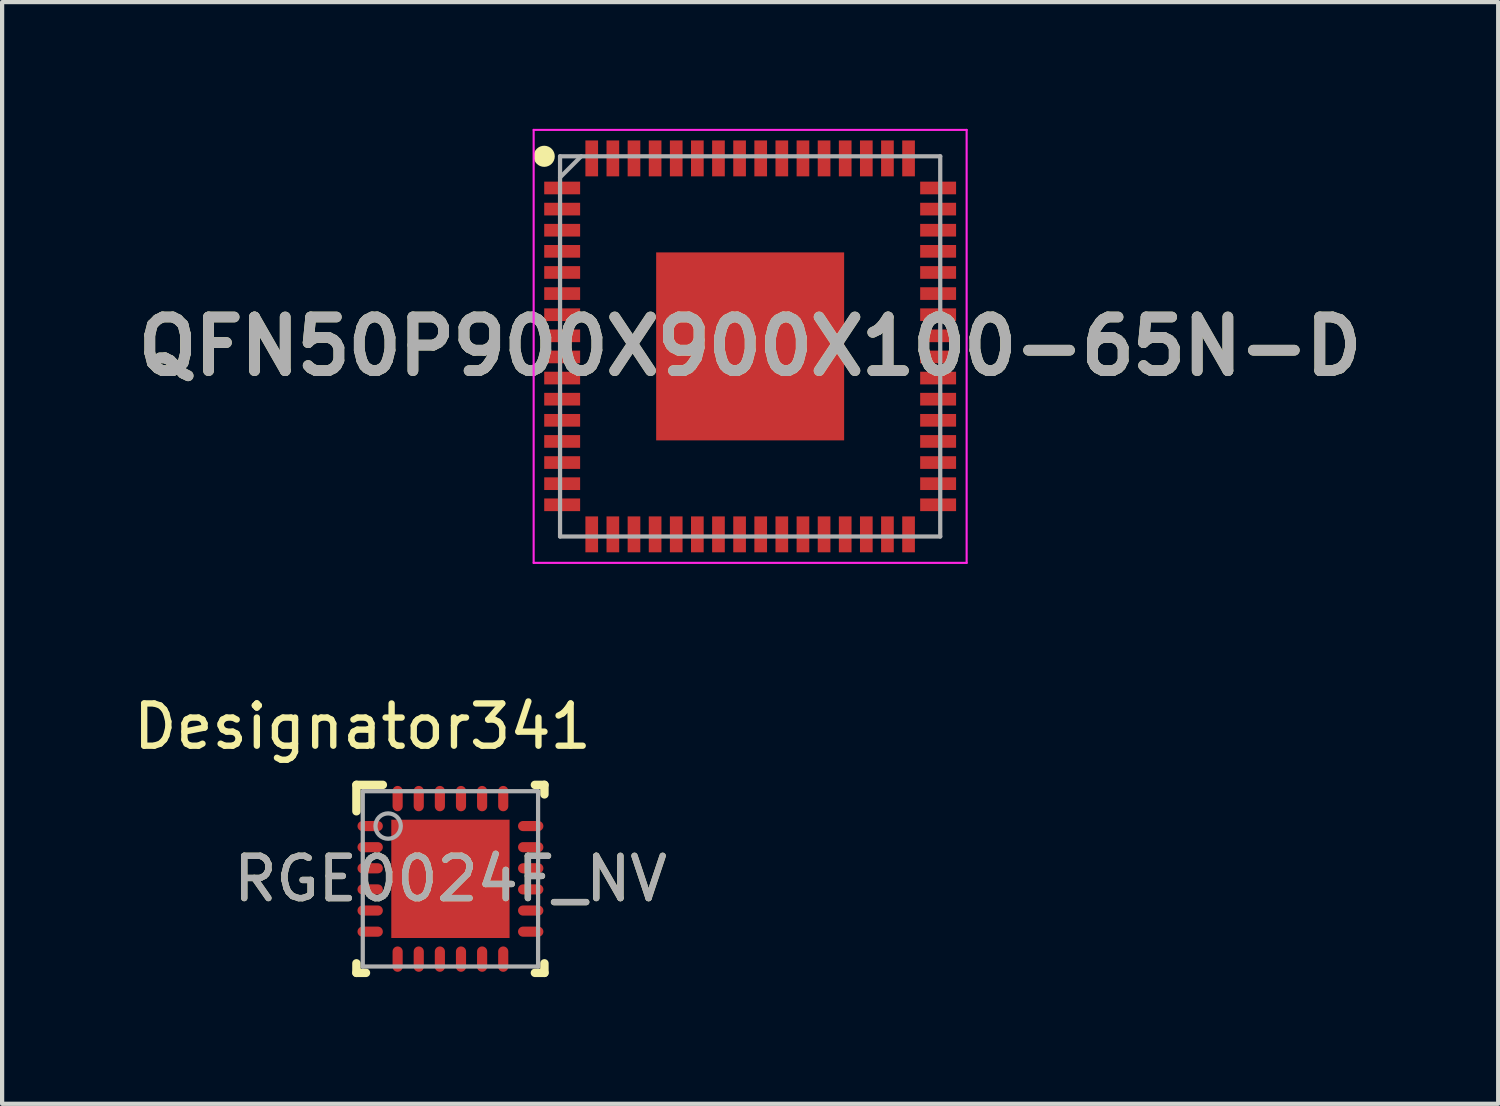
<source format=kicad_pcb>
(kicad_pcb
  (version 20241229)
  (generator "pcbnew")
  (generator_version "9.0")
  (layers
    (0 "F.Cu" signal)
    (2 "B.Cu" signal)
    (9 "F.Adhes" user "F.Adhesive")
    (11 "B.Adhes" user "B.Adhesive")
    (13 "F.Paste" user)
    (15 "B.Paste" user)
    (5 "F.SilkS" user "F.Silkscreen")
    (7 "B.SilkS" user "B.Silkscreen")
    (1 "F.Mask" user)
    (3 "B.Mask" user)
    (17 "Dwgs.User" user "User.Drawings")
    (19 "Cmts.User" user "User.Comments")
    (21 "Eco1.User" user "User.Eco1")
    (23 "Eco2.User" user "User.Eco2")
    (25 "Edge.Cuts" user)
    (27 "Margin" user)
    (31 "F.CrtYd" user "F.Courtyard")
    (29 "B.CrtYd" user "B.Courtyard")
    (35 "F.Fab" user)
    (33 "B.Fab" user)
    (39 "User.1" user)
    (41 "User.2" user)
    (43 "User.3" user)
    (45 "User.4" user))
  (footprint "QFN50P900X900X100-65N-D"
    (layer "F.Cu")
    (at 14.708 5.15)
    (property "Reference" "QFN50P900X900X100-65N-D" (at 0 0 0) (layer "F.SilkS") (effects (font (size 1.27 1.27) (thickness 0.254))))
    (attr smd)
    (fp_circle (center -4.875 -4.5) (end -4.875 -4.375) (stroke (width 0.25) (type solid)) (fill no) (layer "F.SilkS"))
    (fp_line (start -5.125 -5.125) (end 5.125 -5.125) (stroke (width 0.05) (type solid)) (layer "F.CrtYd"))
    (fp_line (start -5.125 5.125) (end -5.125 -5.125) (stroke (width 0.05) (type solid)) (layer "F.CrtYd"))
    (fp_line (start 5.125 -5.125) (end 5.125 5.125) (stroke (width 0.05) (type solid)) (layer "F.CrtYd"))
    (fp_line (start 5.125 5.125) (end -5.125 5.125) (stroke (width 0.05) (type solid)) (layer "F.CrtYd"))
    (fp_line (start -4.5 -4.5) (end 4.5 -4.5) (stroke (width 0.1) (type solid)) (layer "F.Fab"))
    (fp_line (start -4.5 -4) (end -4 -4.5) (stroke (width 0.1) (type solid)) (layer "F.Fab"))
    (fp_line (start -4.5 4.5) (end -4.5 -4.5) (stroke (width 0.1) (type solid)) (layer "F.Fab"))
    (fp_line (start 4.5 -4.5) (end 4.5 4.5) (stroke (width 0.1) (type solid)) (layer "F.Fab"))
    (fp_line (start 4.5 4.5) (end -4.5 4.5) (stroke (width 0.1) (type solid)) (layer "F.Fab"))
    (fp_text user "${REFERENCE}" (at 0 0 0) (layer "F.Fab") (effects (font (size 1.27 1.27) (thickness 0.254))))
    (pad "1" smd rect (at -4.45 -3.75 90) (size 0.3 0.85) (layers "F.Cu" "F.Mask" "F.Paste"))
    (pad "2" smd rect (at -4.45 -3.25 90) (size 0.3 0.85) (layers "F.Cu" "F.Mask" "F.Paste"))
    (pad "3" smd rect (at -4.45 -2.75 90) (size 0.3 0.85) (layers "F.Cu" "F.Mask" "F.Paste"))
    (pad "4" smd rect (at -4.45 -2.25 90) (size 0.3 0.85) (layers "F.Cu" "F.Mask" "F.Paste"))
    (pad "5" smd rect (at -4.45 -1.75 90) (size 0.3 0.85) (layers "F.Cu" "F.Mask" "F.Paste"))
    (pad "6" smd rect (at -4.45 -1.25 90) (size 0.3 0.85) (layers "F.Cu" "F.Mask" "F.Paste"))
    (pad "7" smd rect (at -4.45 -0.75 90) (size 0.3 0.85) (layers "F.Cu" "F.Mask" "F.Paste"))
    (pad "8" smd rect (at -4.45 -0.25 90) (size 0.3 0.85) (layers "F.Cu" "F.Mask" "F.Paste"))
    (pad "9" smd rect (at -4.45 0.25 90) (size 0.3 0.85) (layers "F.Cu" "F.Mask" "F.Paste"))
    (pad "10" smd rect (at -4.45 0.75 90) (size 0.3 0.85) (layers "F.Cu" "F.Mask" "F.Paste"))
    (pad "11" smd rect (at -4.45 1.25 90) (size 0.3 0.85) (layers "F.Cu" "F.Mask" "F.Paste"))
    (pad "12" smd rect (at -4.45 1.75 90) (size 0.3 0.85) (layers "F.Cu" "F.Mask" "F.Paste"))
    (pad "13" smd rect (at -4.45 2.25 90) (size 0.3 0.85) (layers "F.Cu" "F.Mask" "F.Paste"))
    (pad "14" smd rect (at -4.45 2.75 90) (size 0.3 0.85) (layers "F.Cu" "F.Mask" "F.Paste"))
    (pad "15" smd rect (at -4.45 3.25 90) (size 0.3 0.85) (layers "F.Cu" "F.Mask" "F.Paste"))
    (pad "16" smd rect (at -4.45 3.75 90) (size 0.3 0.85) (layers "F.Cu" "F.Mask" "F.Paste"))
    (pad "17" smd rect (at -3.75 4.45) (size 0.3 0.85) (layers "F.Cu" "F.Mask" "F.Paste"))
    (pad "18" smd rect (at -3.25 4.45) (size 0.3 0.85) (layers "F.Cu" "F.Mask" "F.Paste"))
    (pad "19" smd rect (at -2.75 4.45) (size 0.3 0.85) (layers "F.Cu" "F.Mask" "F.Paste"))
    (pad "20" smd rect (at -2.25 4.45) (size 0.3 0.85) (layers "F.Cu" "F.Mask" "F.Paste"))
    (pad "21" smd rect (at -1.75 4.45) (size 0.3 0.85) (layers "F.Cu" "F.Mask" "F.Paste"))
    (pad "22" smd rect (at -1.25 4.45) (size 0.3 0.85) (layers "F.Cu" "F.Mask" "F.Paste"))
    (pad "23" smd rect (at -0.75 4.45) (size 0.3 0.85) (layers "F.Cu" "F.Mask" "F.Paste"))
    (pad "24" smd rect (at -0.25 4.45) (size 0.3 0.85) (layers "F.Cu" "F.Mask" "F.Paste"))
    (pad "25" smd rect (at 0.25 4.45) (size 0.3 0.85) (layers "F.Cu" "F.Mask" "F.Paste"))
    (pad "26" smd rect (at 0.75 4.45) (size 0.3 0.85) (layers "F.Cu" "F.Mask" "F.Paste"))
    (pad "27" smd rect (at 1.25 4.45) (size 0.3 0.85) (layers "F.Cu" "F.Mask" "F.Paste"))
    (pad "28" smd rect (at 1.75 4.45) (size 0.3 0.85) (layers "F.Cu" "F.Mask" "F.Paste"))
    (pad "29" smd rect (at 2.25 4.45) (size 0.3 0.85) (layers "F.Cu" "F.Mask" "F.Paste"))
    (pad "30" smd rect (at 2.75 4.45) (size 0.3 0.85) (layers "F.Cu" "F.Mask" "F.Paste"))
    (pad "31" smd rect (at 3.25 4.45) (size 0.3 0.85) (layers "F.Cu" "F.Mask" "F.Paste"))
    (pad "32" smd rect (at 3.75 4.45) (size 0.3 0.85) (layers "F.Cu" "F.Mask" "F.Paste"))
    (pad "33" smd rect (at 4.45 3.75 90) (size 0.3 0.85) (layers "F.Cu" "F.Mask" "F.Paste"))
    (pad "34" smd rect (at 4.45 3.25 90) (size 0.3 0.85) (layers "F.Cu" "F.Mask" "F.Paste"))
    (pad "35" smd rect (at 4.45 2.75 90) (size 0.3 0.85) (layers "F.Cu" "F.Mask" "F.Paste"))
    (pad "36" smd rect (at 4.45 2.25 90) (size 0.3 0.85) (layers "F.Cu" "F.Mask" "F.Paste"))
    (pad "37" smd rect (at 4.45 1.75 90) (size 0.3 0.85) (layers "F.Cu" "F.Mask" "F.Paste"))
    (pad "38" smd rect (at 4.45 1.25 90) (size 0.3 0.85) (layers "F.Cu" "F.Mask" "F.Paste"))
    (pad "39" smd rect (at 4.45 0.75 90) (size 0.3 0.85) (layers "F.Cu" "F.Mask" "F.Paste"))
    (pad "40" smd rect (at 4.45 0.25 90) (size 0.3 0.85) (layers "F.Cu" "F.Mask" "F.Paste"))
    (pad "41" smd rect (at 4.45 -0.25 90) (size 0.3 0.85) (layers "F.Cu" "F.Mask" "F.Paste"))
    (pad "42" smd rect (at 4.45 -0.75 90) (size 0.3 0.85) (layers "F.Cu" "F.Mask" "F.Paste"))
    (pad "43" smd rect (at 4.45 -1.25 90) (size 0.3 0.85) (layers "F.Cu" "F.Mask" "F.Paste"))
    (pad "44" smd rect (at 4.45 -1.75 90) (size 0.3 0.85) (layers "F.Cu" "F.Mask" "F.Paste"))
    (pad "45" smd rect (at 4.45 -2.25 90) (size 0.3 0.85) (layers "F.Cu" "F.Mask" "F.Paste"))
    (pad "46" smd rect (at 4.45 -2.75 90) (size 0.3 0.85) (layers "F.Cu" "F.Mask" "F.Paste"))
    (pad "47" smd rect (at 4.45 -3.25 90) (size 0.3 0.85) (layers "F.Cu" "F.Mask" "F.Paste"))
    (pad "48" smd rect (at 4.45 -3.75 90) (size 0.3 0.85) (layers "F.Cu" "F.Mask" "F.Paste"))
    (pad "49" smd rect (at 3.75 -4.45) (size 0.3 0.85) (layers "F.Cu" "F.Mask" "F.Paste"))
    (pad "50" smd rect (at 3.25 -4.45) (size 0.3 0.85) (layers "F.Cu" "F.Mask" "F.Paste"))
    (pad "51" smd rect (at 2.75 -4.45) (size 0.3 0.85) (layers "F.Cu" "F.Mask" "F.Paste"))
    (pad "52" smd rect (at 2.25 -4.45) (size 0.3 0.85) (layers "F.Cu" "F.Mask" "F.Paste"))
    (pad "53" smd rect (at 1.75 -4.45) (size 0.3 0.85) (layers "F.Cu" "F.Mask" "F.Paste"))
    (pad "54" smd rect (at 1.25 -4.45) (size 0.3 0.85) (layers "F.Cu" "F.Mask" "F.Paste"))
    (pad "55" smd rect (at 0.75 -4.45) (size 0.3 0.85) (layers "F.Cu" "F.Mask" "F.Paste"))
    (pad "56" smd rect (at 0.25 -4.45) (size 0.3 0.85) (layers "F.Cu" "F.Mask" "F.Paste"))
    (pad "57" smd rect (at -0.25 -4.45) (size 0.3 0.85) (layers "F.Cu" "F.Mask" "F.Paste"))
    (pad "58" smd rect (at -0.75 -4.45) (size 0.3 0.85) (layers "F.Cu" "F.Mask" "F.Paste"))
    (pad "59" smd rect (at -1.25 -4.45) (size 0.3 0.85) (layers "F.Cu" "F.Mask" "F.Paste"))
    (pad "60" smd rect (at -1.75 -4.45) (size 0.3 0.85) (layers "F.Cu" "F.Mask" "F.Paste"))
    (pad "61" smd rect (at -2.25 -4.45) (size 0.3 0.85) (layers "F.Cu" "F.Mask" "F.Paste"))
    (pad "62" smd rect (at -2.75 -4.45) (size 0.3 0.85) (layers "F.Cu" "F.Mask" "F.Paste"))
    (pad "63" smd rect (at -3.25 -4.45) (size 0.3 0.85) (layers "F.Cu" "F.Mask" "F.Paste"))
    (pad "64" smd rect (at -3.75 -4.45) (size 0.3 0.85) (layers "F.Cu" "F.Mask" "F.Paste"))
    (pad "65" smd rect (at 0 0) (size 4.45 4.45) (layers "F.Cu" "F.Mask" "F.Paste")))
  (footprint "RGE0024F_NV"
    (layer "F.Cu")
    (at 7.613 17.755)
    (property "Reference" "RGE0024F_NV" (at 0 0 0) (unlocked yes) (layer "F.SilkS") (effects (font (size 1 1) (thickness 0.15))))
    (attr smd)
    (fp_line (start -2.225 -2.225) (end -1.6 -2.225) (stroke (width 0.2) (type solid)) (layer "F.SilkS"))
    (fp_line (start -2.225 -1.6) (end -2.225 -2.225) (stroke (width 0.2) (type solid)) (layer "F.SilkS"))
    (fp_line (start -2.225 2.225) (end -2.225 2) (stroke (width 0.2) (type solid)) (layer "F.SilkS"))
    (fp_line (start -2.225 2.225) (end -2 2.225) (stroke (width 0.2) (type solid)) (layer "F.SilkS"))
    (fp_line (start 2 -2.225) (end 2.225 -2.225) (stroke (width 0.2) (type solid)) (layer "F.SilkS"))
    (fp_line (start 2 2.225) (end 2.225 2.225) (stroke (width 0.2) (type solid)) (layer "F.SilkS"))
    (fp_line (start 2.225 -2) (end 2.225 -2.225) (stroke (width 0.2) (type solid)) (layer "F.SilkS"))
    (fp_line (start 2.225 2.225) (end 2.225 2) (stroke (width 0.2) (type solid)) (layer "F.SilkS"))
    (fp_poly (pts (xy -0.1 -1.329) (xy -1.329 -1.329) (xy -1.329 -0.1) (xy -0.1 -0.1)) (stroke (width 0) (type solid)) (fill yes) (layer "F.Paste"))
    (fp_poly (pts (xy -0.1 0.1) (xy -1.329 0.1) (xy -1.329 1.329) (xy -0.1 1.329)) (stroke (width 0) (type solid)) (fill yes) (layer "F.Paste"))
    (fp_poly (pts (xy 0.1 -0.1) (xy 1.329 -0.1) (xy 1.329 -1.329) (xy 0.1 -1.329)) (stroke (width 0) (type solid)) (fill yes) (layer "F.Paste"))
    (fp_poly (pts (xy 0.1 1.329) (xy 1.329 1.329) (xy 1.329 0.1) (xy 0.1 0.1)) (stroke (width 0) (type solid)) (fill yes) (layer "F.Paste"))
    (fp_line (start -2.075 -2.075) (end 2.075 -2.075) (stroke (width 0.1) (type solid)) (layer "F.Fab"))
    (fp_line (start -2.075 2.075) (end -2.075 -2.075) (stroke (width 0.1) (type solid)) (layer "F.Fab"))
    (fp_line (start -2.075 2.075) (end 2.075 2.075) (stroke (width 0.1) (type solid)) (layer "F.Fab"))
    (fp_line (start 2.075 2.075) (end 2.075 -2.075) (stroke (width 0.1) (type solid)) (layer "F.Fab"))
    (fp_circle (center -1.475 -1.25) (end -1.175 -1.25) (stroke (width 0.1) (type solid)) (fill no) (layer "F.Fab"))
    (fp_text user "Designator341" (at -2.083 -3.607 0) (unlocked yes) (layer "F.SilkS") (effects (font (size 1 1) (thickness 0.15))))
    (fp_text user "${REFERENCE}" (at 0 0 0) (unlocked yes) (layer "F.Fab") (effects (font (size 1 1) (thickness 0.15))))
    (pad "1" smd oval (at -1.9 -1.25 90) (size 0.24 0.6) (layers "F.Cu" "F.Mask" "F.Paste"))
    (pad "2" smd oval (at -1.9 -0.75 90) (size 0.24 0.6) (layers "F.Cu" "F.Mask" "F.Paste"))
    (pad "3" smd oval (at -1.9 -0.25 90) (size 0.24 0.6) (layers "F.Cu" "F.Mask" "F.Paste"))
    (pad "4" smd oval (at -1.9 0.25 90) (size 0.24 0.6) (layers "F.Cu" "F.Mask" "F.Paste"))
    (pad "5" smd oval (at -1.9 0.75 90) (size 0.24 0.6) (layers "F.Cu" "F.Mask" "F.Paste"))
    (pad "6" smd oval (at -1.9 1.25 90) (size 0.24 0.6) (layers "F.Cu" "F.Mask" "F.Paste"))
    (pad "7" smd oval (at -1.25 1.9) (size 0.24 0.6) (layers "F.Cu" "F.Mask" "F.Paste"))
    (pad "8" smd oval (at -0.75 1.9) (size 0.24 0.6) (layers "F.Cu" "F.Mask" "F.Paste"))
    (pad "9" smd oval (at -0.25 1.9) (size 0.24 0.6) (layers "F.Cu" "F.Mask" "F.Paste"))
    (pad "10" smd oval (at 0.25 1.9) (size 0.24 0.6) (layers "F.Cu" "F.Mask" "F.Paste"))
    (pad "11" smd oval (at 0.75 1.9) (size 0.24 0.6) (layers "F.Cu" "F.Mask" "F.Paste"))
    (pad "12" smd oval (at 1.25 1.9) (size 0.24 0.6) (layers "F.Cu" "F.Mask" "F.Paste"))
    (pad "13" smd oval (at 1.9 1.25 90) (size 0.24 0.6) (layers "F.Cu" "F.Mask" "F.Paste"))
    (pad "14" smd oval (at 1.9 0.75 90) (size 0.24 0.6) (layers "F.Cu" "F.Mask" "F.Paste"))
    (pad "15" smd oval (at 1.9 0.25 90) (size 0.24 0.6) (layers "F.Cu" "F.Mask" "F.Paste"))
    (pad "16" smd oval (at 1.9 -0.25 90) (size 0.24 0.6) (layers "F.Cu" "F.Mask" "F.Paste"))
    (pad "17" smd oval (at 1.9 -0.75 90) (size 0.24 0.6) (layers "F.Cu" "F.Mask" "F.Paste"))
    (pad "18" smd oval (at 1.9 -1.25 90) (size 0.24 0.6) (layers "F.Cu" "F.Mask" "F.Paste"))
    (pad "19" smd oval (at 1.25 -1.9) (size 0.24 0.6) (layers "F.Cu" "F.Mask" "F.Paste"))
    (pad "20" smd oval (at 0.75 -1.9) (size 0.24 0.6) (layers "F.Cu" "F.Mask" "F.Paste"))
    (pad "21" smd oval (at 0.25 -1.9) (size 0.24 0.6) (layers "F.Cu" "F.Mask" "F.Paste"))
    (pad "22" smd oval (at -0.25 -1.9) (size 0.24 0.6) (layers "F.Cu" "F.Mask" "F.Paste"))
    (pad "23" smd oval (at -0.75 -1.9) (size 0.24 0.6) (layers "F.Cu" "F.Mask" "F.Paste"))
    (pad "24" smd oval (at -1.25 -1.9) (size 0.24 0.6) (layers "F.Cu" "F.Mask" "F.Paste"))
    (pad "25" smd rect (at 0.000003 0) (size 2.8 2.8) (layers "F.Cu" "F.Mask")))
  (gr_rect
    (start -3 -3)
    (end 32.416 23.08)
    (stroke (width 0.1) (type default))
    (fill no)
    (layer "Edge.Cuts")))
</source>
